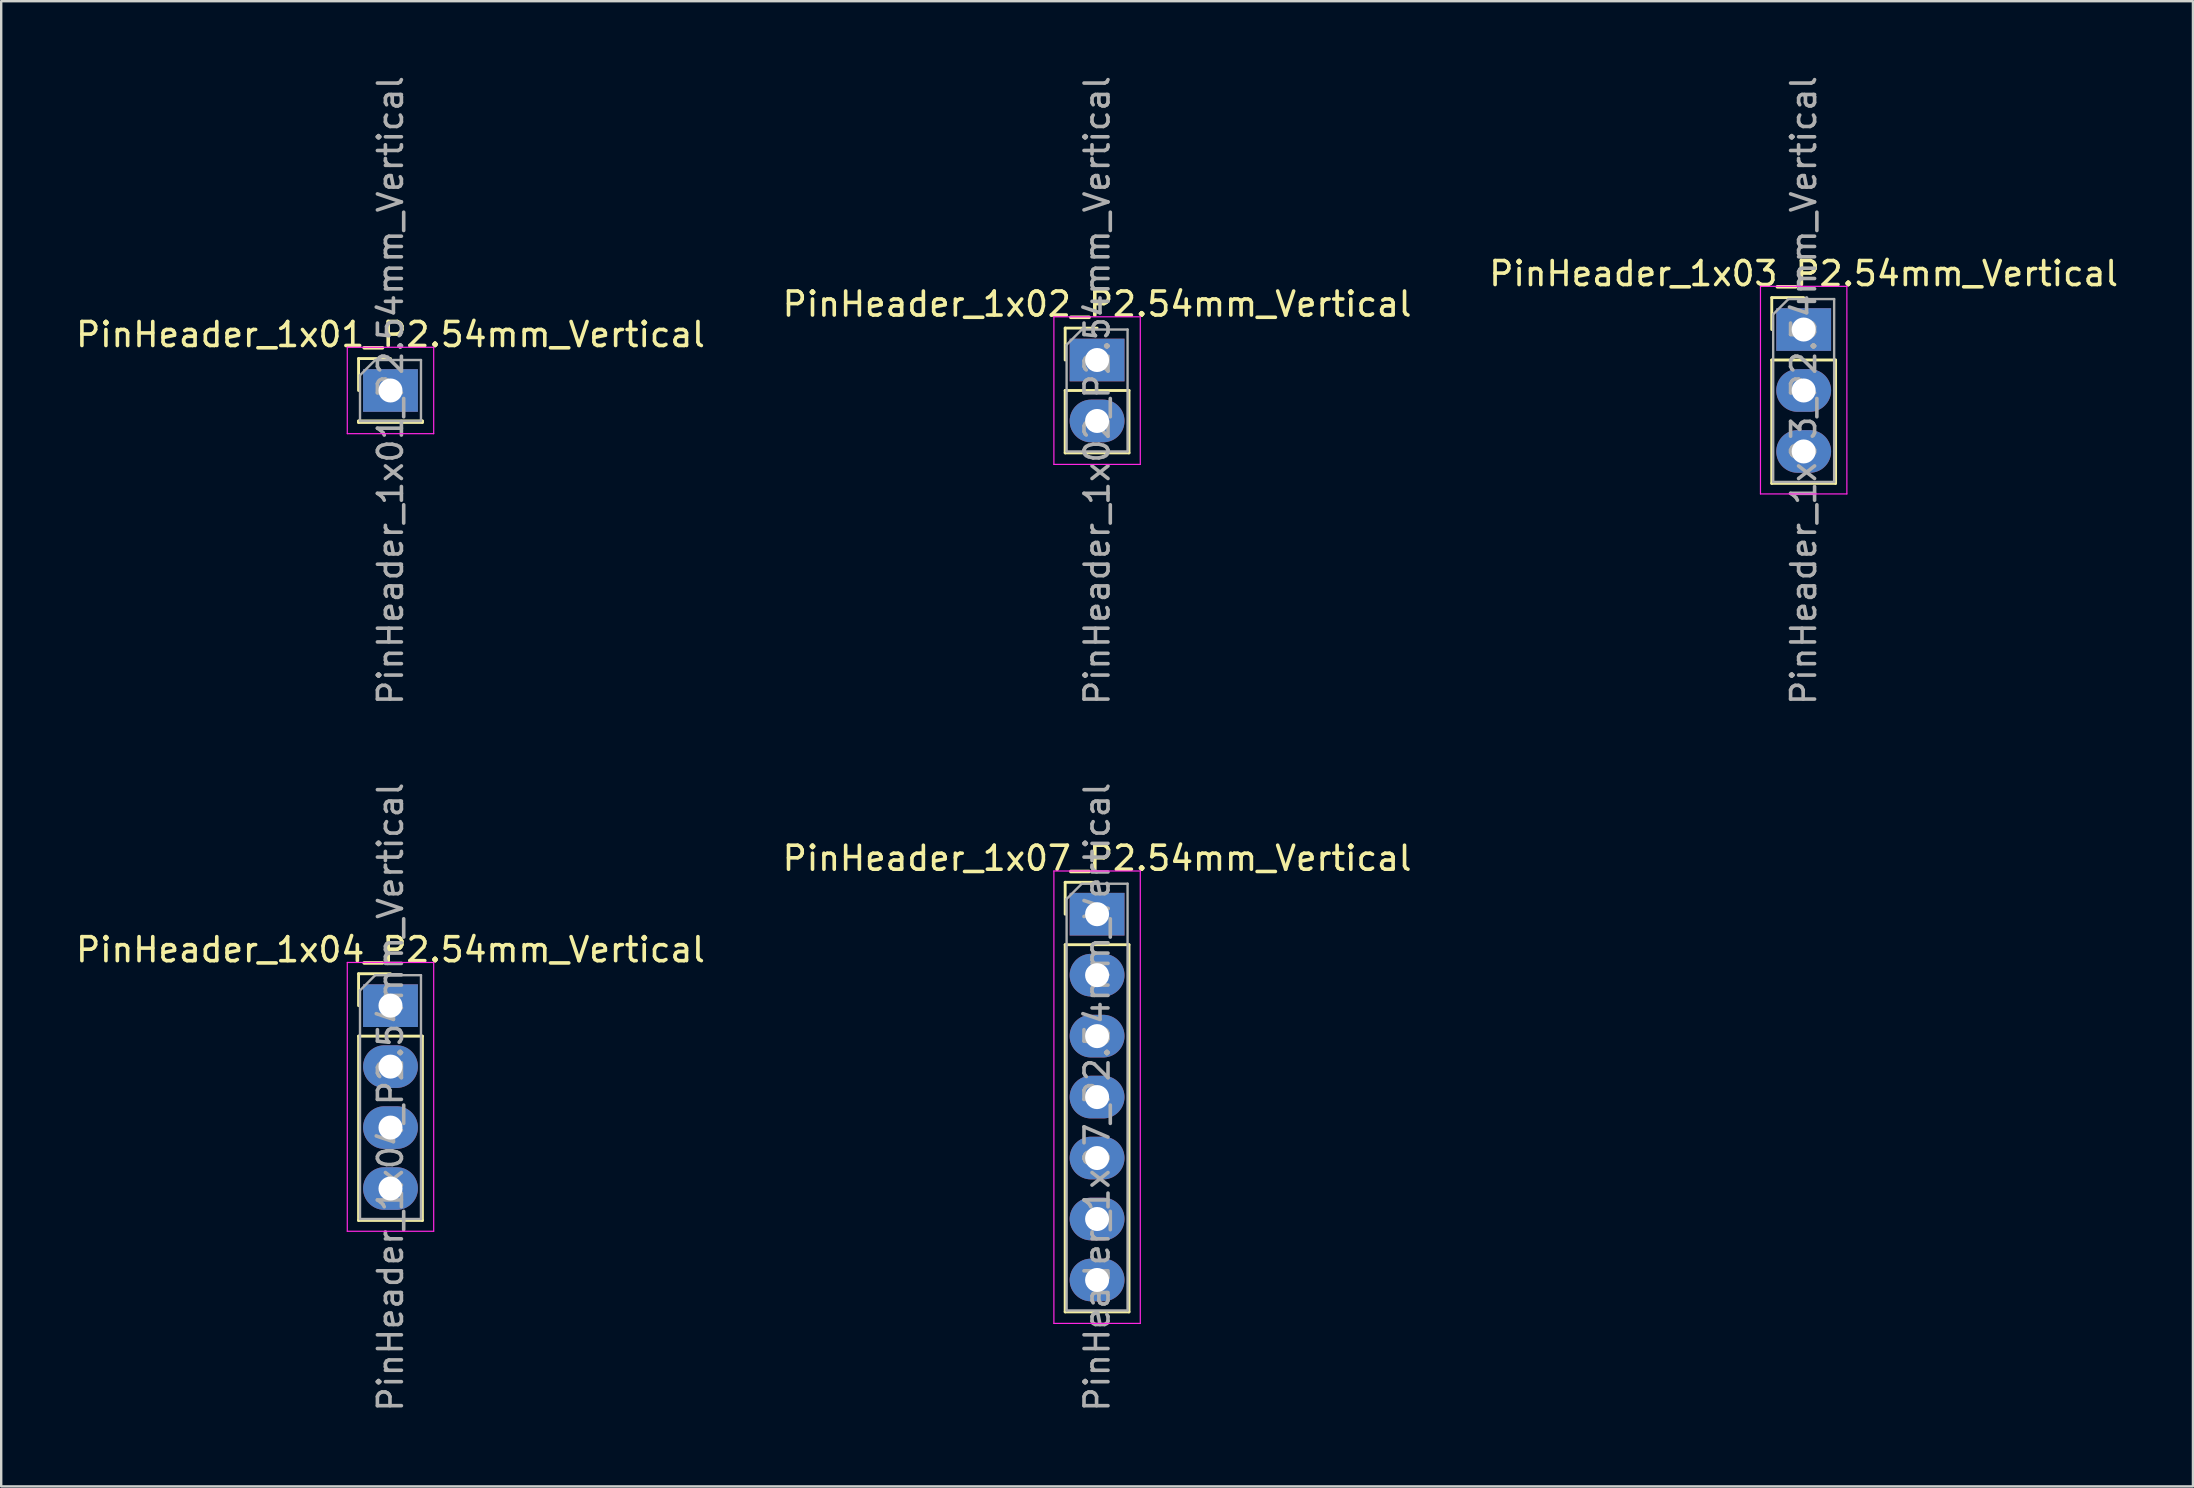
<source format=kicad_pcb>
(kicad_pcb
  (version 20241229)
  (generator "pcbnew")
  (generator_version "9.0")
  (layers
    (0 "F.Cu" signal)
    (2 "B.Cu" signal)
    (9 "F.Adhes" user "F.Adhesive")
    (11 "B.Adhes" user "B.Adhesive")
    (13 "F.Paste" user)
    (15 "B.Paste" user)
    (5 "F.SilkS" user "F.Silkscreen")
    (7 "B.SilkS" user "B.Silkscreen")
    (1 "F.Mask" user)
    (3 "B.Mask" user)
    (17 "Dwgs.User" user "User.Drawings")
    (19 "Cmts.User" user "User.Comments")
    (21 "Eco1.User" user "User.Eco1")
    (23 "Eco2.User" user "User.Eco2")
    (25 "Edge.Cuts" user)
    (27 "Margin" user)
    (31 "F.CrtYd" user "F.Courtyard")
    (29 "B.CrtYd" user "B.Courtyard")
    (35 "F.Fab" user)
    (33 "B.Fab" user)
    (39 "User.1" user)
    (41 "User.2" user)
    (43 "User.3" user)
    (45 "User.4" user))
  (footprint "PinHeader_1x07_P2.54mm_Vertical"
    (layer "F.Cu")
    (at 42.661 35.041)
    (property "Reference" "PinHeader_1x07_P2.54mm_Vertical" (at 0 -2.33 0) (layer "F.SilkS") (effects (font (size 1 1) (thickness 0.15))))
    (attr through_hole)
    (fp_line (start -1.33 -1.33) (end 0 -1.33) (stroke (width 0.12) (type solid)) (layer "F.SilkS"))
    (fp_line (start -1.33 0) (end -1.33 -1.33) (stroke (width 0.12) (type solid)) (layer "F.SilkS"))
    (fp_line (start -1.33 1.27) (end -1.33 16.57) (stroke (width 0.12) (type solid)) (layer "F.SilkS"))
    (fp_line (start -1.33 1.27) (end 1.33 1.27) (stroke (width 0.12) (type solid)) (layer "F.SilkS"))
    (fp_line (start -1.33 16.57) (end 1.33 16.57) (stroke (width 0.12) (type solid)) (layer "F.SilkS"))
    (fp_line (start 1.33 1.27) (end 1.33 16.57) (stroke (width 0.12) (type solid)) (layer "F.SilkS"))
    (fp_line (start -1.8 -1.8) (end -1.8 17.05) (stroke (width 0.05) (type solid)) (layer "F.CrtYd"))
    (fp_line (start -1.8 17.05) (end 1.8 17.05) (stroke (width 0.05) (type solid)) (layer "F.CrtYd"))
    (fp_line (start 1.8 -1.8) (end -1.8 -1.8) (stroke (width 0.05) (type solid)) (layer "F.CrtYd"))
    (fp_line (start 1.8 17.05) (end 1.8 -1.8) (stroke (width 0.05) (type solid)) (layer "F.CrtYd"))
    (fp_line (start -1.27 -0.635) (end -0.635 -1.27) (stroke (width 0.1) (type solid)) (layer "F.Fab"))
    (fp_line (start -1.27 16.51) (end -1.27 -0.635) (stroke (width 0.1) (type solid)) (layer "F.Fab"))
    (fp_line (start -0.635 -1.27) (end 1.27 -1.27) (stroke (width 0.1) (type solid)) (layer "F.Fab"))
    (fp_line (start 1.27 -1.27) (end 1.27 16.51) (stroke (width 0.1) (type solid)) (layer "F.Fab"))
    (fp_line (start 1.27 16.51) (end -1.27 16.51) (stroke (width 0.1) (type solid)) (layer "F.Fab"))
    (fp_text user "${REFERENCE}" (at 0 7.62 90) (layer "F.Fab") (effects (font (size 1 1) (thickness 0.15))))
    (pad "1" thru_hole rect (at 0 0) (size 2.286 1.778) (drill 1) (layers "*.Cu" "*.Mask"))
    (pad "2" thru_hole oval (at 0 2.54) (size 2.286 1.778) (drill 1) (layers "*.Cu" "*.Mask"))
    (pad "3" thru_hole oval (at 0 5.08) (size 2.286 1.778) (drill 1) (layers "*.Cu" "*.Mask"))
    (pad "4" thru_hole oval (at 0 7.62) (size 2.286 1.778) (drill 1) (layers "*.Cu" "*.Mask"))
    (pad "5" thru_hole oval (at 0 10.16) (size 2.286 1.778) (drill 1) (layers "*.Cu" "*.Mask"))
    (pad "6" thru_hole oval (at 0 12.7) (size 2.286 1.778) (drill 1) (layers "*.Cu" "*.Mask"))
    (pad "7" thru_hole oval (at 0 15.24) (size 2.286 1.778) (drill 1) (layers "*.Cu" "*.Mask")))
  (footprint "PinHeader_1x02_P2.54mm_Vertical"
    (layer "F.Cu")
    (at 42.661 11.95)
    (property "Reference" "PinHeader_1x02_P2.54mm_Vertical" (at 0 -2.33 0) (layer "F.SilkS") (effects (font (size 1 1) (thickness 0.15))))
    (attr through_hole)
    (fp_line (start -1.33 -1.33) (end 0 -1.33) (stroke (width 0.12) (type solid)) (layer "F.SilkS"))
    (fp_line (start -1.33 0) (end -1.33 -1.33) (stroke (width 0.12) (type solid)) (layer "F.SilkS"))
    (fp_line (start -1.33 1.27) (end -1.33 3.87) (stroke (width 0.12) (type solid)) (layer "F.SilkS"))
    (fp_line (start -1.33 1.27) (end 1.33 1.27) (stroke (width 0.12) (type solid)) (layer "F.SilkS"))
    (fp_line (start -1.33 3.87) (end 1.33 3.87) (stroke (width 0.12) (type solid)) (layer "F.SilkS"))
    (fp_line (start 1.33 1.27) (end 1.33 3.87) (stroke (width 0.12) (type solid)) (layer "F.SilkS"))
    (fp_line (start -1.8 -1.8) (end -1.8 4.35) (stroke (width 0.05) (type solid)) (layer "F.CrtYd"))
    (fp_line (start -1.8 4.35) (end 1.8 4.35) (stroke (width 0.05) (type solid)) (layer "F.CrtYd"))
    (fp_line (start 1.8 -1.8) (end -1.8 -1.8) (stroke (width 0.05) (type solid)) (layer "F.CrtYd"))
    (fp_line (start 1.8 4.35) (end 1.8 -1.8) (stroke (width 0.05) (type solid)) (layer "F.CrtYd"))
    (fp_line (start -1.27 -0.635) (end -0.635 -1.27) (stroke (width 0.1) (type solid)) (layer "F.Fab"))
    (fp_line (start -1.27 3.81) (end -1.27 -0.635) (stroke (width 0.1) (type solid)) (layer "F.Fab"))
    (fp_line (start -0.635 -1.27) (end 1.27 -1.27) (stroke (width 0.1) (type solid)) (layer "F.Fab"))
    (fp_line (start 1.27 -1.27) (end 1.27 3.81) (stroke (width 0.1) (type solid)) (layer "F.Fab"))
    (fp_line (start 1.27 3.81) (end -1.27 3.81) (stroke (width 0.1) (type solid)) (layer "F.Fab"))
    (fp_text user "${REFERENCE}" (at 0 1.27 90) (layer "F.Fab") (effects (font (size 1 1) (thickness 0.15))))
    (pad "1" thru_hole rect (at 0 0) (size 2.286 1.778) (drill 1) (layers "*.Cu" "*.Mask"))
    (pad "2" thru_hole oval (at 0 2.54) (size 2.286 1.778) (drill 1) (layers "*.Cu" "*.Mask")))
  (footprint "PinHeader_1x03_P2.54mm_Vertical"
    (layer "F.Cu")
    (at 72.101 10.68)
    (property "Reference" "PinHeader_1x03_P2.54mm_Vertical" (at 0 -2.33 0) (layer "F.SilkS") (effects (font (size 1 1) (thickness 0.15))))
    (attr through_hole)
    (fp_line (start -1.33 -1.33) (end 0 -1.33) (stroke (width 0.12) (type solid)) (layer "F.SilkS"))
    (fp_line (start -1.33 0) (end -1.33 -1.33) (stroke (width 0.12) (type solid)) (layer "F.SilkS"))
    (fp_line (start -1.33 1.27) (end -1.33 6.41) (stroke (width 0.12) (type solid)) (layer "F.SilkS"))
    (fp_line (start -1.33 1.27) (end 1.33 1.27) (stroke (width 0.12) (type solid)) (layer "F.SilkS"))
    (fp_line (start -1.33 6.41) (end 1.33 6.41) (stroke (width 0.12) (type solid)) (layer "F.SilkS"))
    (fp_line (start 1.33 1.27) (end 1.33 6.41) (stroke (width 0.12) (type solid)) (layer "F.SilkS"))
    (fp_line (start -1.8 -1.8) (end -1.8 6.85) (stroke (width 0.05) (type solid)) (layer "F.CrtYd"))
    (fp_line (start -1.8 6.85) (end 1.8 6.85) (stroke (width 0.05) (type solid)) (layer "F.CrtYd"))
    (fp_line (start 1.8 -1.8) (end -1.8 -1.8) (stroke (width 0.05) (type solid)) (layer "F.CrtYd"))
    (fp_line (start 1.8 6.85) (end 1.8 -1.8) (stroke (width 0.05) (type solid)) (layer "F.CrtYd"))
    (fp_line (start -1.27 -0.635) (end -0.635 -1.27) (stroke (width 0.1) (type solid)) (layer "F.Fab"))
    (fp_line (start -1.27 6.35) (end -1.27 -0.635) (stroke (width 0.1) (type solid)) (layer "F.Fab"))
    (fp_line (start -0.635 -1.27) (end 1.27 -1.27) (stroke (width 0.1) (type solid)) (layer "F.Fab"))
    (fp_line (start 1.27 -1.27) (end 1.27 6.35) (stroke (width 0.1) (type solid)) (layer "F.Fab"))
    (fp_line (start 1.27 6.35) (end -1.27 6.35) (stroke (width 0.1) (type solid)) (layer "F.Fab"))
    (fp_text user "${REFERENCE}" (at 0 2.54 90) (layer "F.Fab") (effects (font (size 1 1) (thickness 0.15))))
    (pad "1" thru_hole rect (at 0 0) (size 2.286 1.778) (drill 1) (layers "*.Cu" "*.Mask"))
    (pad "2" thru_hole oval (at 0 2.54) (size 2.286 1.778) (drill 1) (layers "*.Cu" "*.Mask"))
    (pad "3" thru_hole oval (at 0 5.08) (size 2.286 1.778) (drill 1) (layers "*.Cu" "*.Mask")))
  (footprint "PinHeader_1x01_P2.54mm_Vertical"
    (layer "F.Cu")
    (at 13.22 13.22)
    (property "Reference" "PinHeader_1x01_P2.54mm_Vertical" (at 0 -2.33 0) (layer "F.SilkS") (effects (font (size 1 1) (thickness 0.15))))
    (attr through_hole)
    (fp_line (start -1.33 -1.33) (end 0 -1.33) (stroke (width 0.12) (type solid)) (layer "F.SilkS"))
    (fp_line (start -1.33 0) (end -1.33 -1.33) (stroke (width 0.12) (type solid)) (layer "F.SilkS"))
    (fp_line (start -1.33 1.27) (end -1.33 1.33) (stroke (width 0.12) (type solid)) (layer "F.SilkS"))
    (fp_line (start -1.33 1.27) (end 1.33 1.27) (stroke (width 0.12) (type solid)) (layer "F.SilkS"))
    (fp_line (start -1.33 1.33) (end 1.33 1.33) (stroke (width 0.12) (type solid)) (layer "F.SilkS"))
    (fp_line (start 1.33 1.27) (end 1.33 1.33) (stroke (width 0.12) (type solid)) (layer "F.SilkS"))
    (fp_line (start -1.8 -1.8) (end -1.8 1.8) (stroke (width 0.05) (type solid)) (layer "F.CrtYd"))
    (fp_line (start -1.8 1.8) (end 1.8 1.8) (stroke (width 0.05) (type solid)) (layer "F.CrtYd"))
    (fp_line (start 1.8 -1.8) (end -1.8 -1.8) (stroke (width 0.05) (type solid)) (layer "F.CrtYd"))
    (fp_line (start 1.8 1.8) (end 1.8 -1.8) (stroke (width 0.05) (type solid)) (layer "F.CrtYd"))
    (fp_line (start -1.27 -0.635) (end -0.635 -1.27) (stroke (width 0.1) (type solid)) (layer "F.Fab"))
    (fp_line (start -1.27 1.27) (end -1.27 -0.635) (stroke (width 0.1) (type solid)) (layer "F.Fab"))
    (fp_line (start -0.635 -1.27) (end 1.27 -1.27) (stroke (width 0.1) (type solid)) (layer "F.Fab"))
    (fp_line (start 1.27 -1.27) (end 1.27 1.27) (stroke (width 0.1) (type solid)) (layer "F.Fab"))
    (fp_line (start 1.27 1.27) (end -1.27 1.27) (stroke (width 0.1) (type solid)) (layer "F.Fab"))
    (fp_text user "${REFERENCE}" (at 0 0 90) (layer "F.Fab") (effects (font (size 1 1) (thickness 0.15))))
    (pad "1" thru_hole rect (at 0 0) (size 2.286 1.778) (drill 1) (layers "*.Cu" "*.Mask")))
  (footprint "PinHeader_1x04_P2.54mm_Vertical"
    (layer "F.Cu")
    (at 13.22 38.851)
    (property "Reference" "PinHeader_1x04_P2.54mm_Vertical" (at 0 -2.33 0) (layer "F.SilkS") (effects (font (size 1 1) (thickness 0.15))))
    (attr through_hole)
    (fp_line (start -1.33 -1.33) (end 0 -1.33) (stroke (width 0.12) (type solid)) (layer "F.SilkS"))
    (fp_line (start -1.33 0) (end -1.33 -1.33) (stroke (width 0.12) (type solid)) (layer "F.SilkS"))
    (fp_line (start -1.33 1.27) (end -1.33 8.95) (stroke (width 0.12) (type solid)) (layer "F.SilkS"))
    (fp_line (start -1.33 1.27) (end 1.33 1.27) (stroke (width 0.12) (type solid)) (layer "F.SilkS"))
    (fp_line (start -1.33 8.95) (end 1.33 8.95) (stroke (width 0.12) (type solid)) (layer "F.SilkS"))
    (fp_line (start 1.33 1.27) (end 1.33 8.95) (stroke (width 0.12) (type solid)) (layer "F.SilkS"))
    (fp_line (start -1.8 -1.8) (end -1.8 9.4) (stroke (width 0.05) (type solid)) (layer "F.CrtYd"))
    (fp_line (start -1.8 9.4) (end 1.8 9.4) (stroke (width 0.05) (type solid)) (layer "F.CrtYd"))
    (fp_line (start 1.8 -1.8) (end -1.8 -1.8) (stroke (width 0.05) (type solid)) (layer "F.CrtYd"))
    (fp_line (start 1.8 9.4) (end 1.8 -1.8) (stroke (width 0.05) (type solid)) (layer "F.CrtYd"))
    (fp_line (start -1.27 -0.635) (end -0.635 -1.27) (stroke (width 0.1) (type solid)) (layer "F.Fab"))
    (fp_line (start -1.27 8.89) (end -1.27 -0.635) (stroke (width 0.1) (type solid)) (layer "F.Fab"))
    (fp_line (start -0.635 -1.27) (end 1.27 -1.27) (stroke (width 0.1) (type solid)) (layer "F.Fab"))
    (fp_line (start 1.27 -1.27) (end 1.27 8.89) (stroke (width 0.1) (type solid)) (layer "F.Fab"))
    (fp_line (start 1.27 8.89) (end -1.27 8.89) (stroke (width 0.1) (type solid)) (layer "F.Fab"))
    (fp_text user "${REFERENCE}" (at 0 3.81 90) (layer "F.Fab") (effects (font (size 1 1) (thickness 0.15))))
    (pad "1" thru_hole rect (at 0 0) (size 2.286 1.778) (drill 1) (layers "*.Cu" "*.Mask"))
    (pad "2" thru_hole oval (at 0 2.54) (size 2.286 1.778) (drill 1) (layers "*.Cu" "*.Mask"))
    (pad "3" thru_hole oval (at 0 5.08) (size 2.286 1.778) (drill 1) (layers "*.Cu" "*.Mask"))
    (pad "4" thru_hole oval (at 0 7.62) (size 2.286 1.778) (drill 1) (layers "*.Cu" "*.Mask")))
  (gr_rect
    (start -3 -3)
    (end 88.321 58.881)
    (stroke (width 0.1) (type default))
    (fill no)
    (layer "Edge.Cuts")))
</source>
